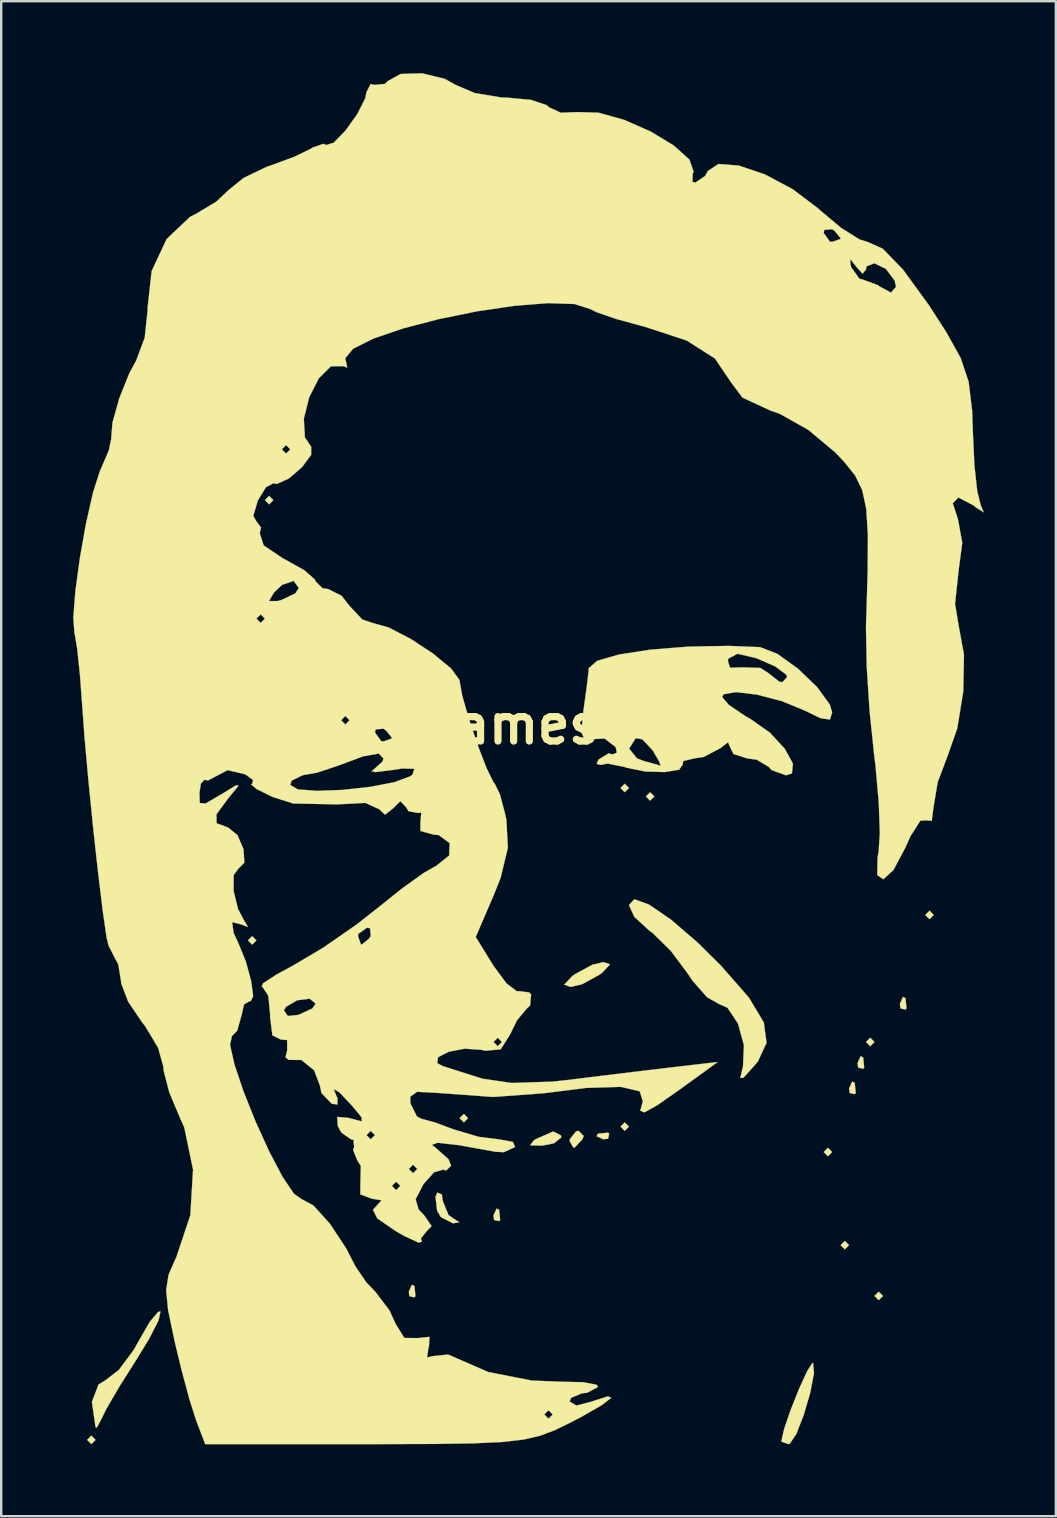
<source format=kicad_pcb>
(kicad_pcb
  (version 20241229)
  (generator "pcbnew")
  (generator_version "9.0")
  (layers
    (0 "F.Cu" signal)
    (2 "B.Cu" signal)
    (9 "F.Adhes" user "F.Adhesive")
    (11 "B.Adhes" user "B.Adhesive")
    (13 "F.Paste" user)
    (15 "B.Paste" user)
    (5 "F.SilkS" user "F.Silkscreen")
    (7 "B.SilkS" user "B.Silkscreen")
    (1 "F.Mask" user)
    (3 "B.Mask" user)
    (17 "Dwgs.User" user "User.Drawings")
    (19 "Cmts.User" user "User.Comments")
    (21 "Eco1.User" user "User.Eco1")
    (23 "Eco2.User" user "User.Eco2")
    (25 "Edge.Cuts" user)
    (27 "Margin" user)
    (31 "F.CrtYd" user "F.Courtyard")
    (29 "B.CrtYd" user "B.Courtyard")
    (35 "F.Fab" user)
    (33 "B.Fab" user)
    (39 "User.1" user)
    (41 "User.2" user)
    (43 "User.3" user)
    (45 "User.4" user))
  (footprint "james"
    (layer "F.Cu")
    (at 18.571 27.138)
    (property "Reference" "james" (at 0 0 0) (layer "F.SilkS") (effects (font (size 1.524 1.524) (thickness 0.3))))
    (attr through_hole)
    (fp_poly (pts (xy -17.639 29.81) (xy -17.815 29.986) (xy -17.992 29.81) (xy -17.815 29.633) (xy -17.639 29.81)) (stroke (width 0.01) (type solid)) (fill yes) (layer "F.SilkS"))
    (fp_poly (pts (xy -10.936 8.996) (xy -11.113 9.172) (xy -11.289 8.996) (xy -11.113 8.819) (xy -10.936 8.996)) (stroke (width 0.01) (type solid)) (fill yes) (layer "F.SilkS"))
    (fp_poly (pts (xy -10.231 -9.349) (xy -10.407 -9.172) (xy -10.583 -9.349) (xy -10.407 -9.525) (xy -10.231 -9.349)) (stroke (width 0.01) (type solid)) (fill yes) (layer "F.SilkS"))
    (fp_poly (pts (xy -2.117 16.404) (xy -2.293 16.581) (xy -2.469 16.404) (xy -2.293 16.228) (xy -2.117 16.404)) (stroke (width 0.01) (type solid)) (fill yes) (layer "F.SilkS"))
    (fp_poly (pts (xy 4.586 2.646) (xy 4.41 2.822) (xy 4.233 2.646) (xy 4.41 2.469) (xy 4.586 2.646)) (stroke (width 0.01) (type solid)) (fill yes) (layer "F.SilkS"))
    (fp_poly (pts (xy 4.586 16.757) (xy 4.41 16.933) (xy 4.233 16.757) (xy 4.41 16.581) (xy 4.586 16.757)) (stroke (width 0.01) (type solid)) (fill yes) (layer "F.SilkS"))
    (fp_poly (pts (xy 5.644 2.999) (xy 5.468 3.175) (xy 5.292 2.999) (xy 5.468 2.822) (xy 5.644 2.999)) (stroke (width 0.01) (type solid)) (fill yes) (layer "F.SilkS"))
    (fp_poly (pts (xy 13.053 17.815) (xy 12.876 17.992) (xy 12.7 17.815) (xy 12.876 17.639) (xy 13.053 17.815)) (stroke (width 0.01) (type solid)) (fill yes) (layer "F.SilkS"))
    (fp_poly (pts (xy 13.758 21.696) (xy 13.582 21.872) (xy 13.406 21.696) (xy 13.582 21.519) (xy 13.758 21.696)) (stroke (width 0.01) (type solid)) (fill yes) (layer "F.SilkS"))
    (fp_poly (pts (xy 14.817 13.229) (xy 14.64 13.406) (xy 14.464 13.229) (xy 14.64 13.053) (xy 14.817 13.229)) (stroke (width 0.01) (type solid)) (fill yes) (layer "F.SilkS"))
    (fp_poly (pts (xy 15.169 23.812) (xy 14.993 23.989) (xy 14.817 23.812) (xy 14.993 23.636) (xy 15.169 23.812)) (stroke (width 0.01) (type solid)) (fill yes) (layer "F.SilkS"))
    (fp_poly (pts (xy 17.286 7.938) (xy 17.11 8.114) (xy 16.933 7.938) (xy 17.11 7.761) (xy 17.286 7.938)) (stroke (width 0.01) (type solid)) (fill yes) (layer "F.SilkS"))
    (fp_poly (pts (xy -4.351 23.401) (xy -4.309 23.82) (xy -4.351 23.871) (xy -4.561 23.823) (xy -4.586 23.636) (xy -4.457 23.346) (xy -4.351 23.401)) (stroke (width 0.01) (type solid)) (fill yes) (layer "F.SilkS"))
    (fp_poly (pts (xy -0.823 20.226) (xy -0.781 20.645) (xy -0.823 20.696) (xy -1.033 20.648) (xy -1.058 20.461) (xy -0.929 20.171) (xy -0.823 20.226)) (stroke (width 0.01) (type solid)) (fill yes) (layer "F.SilkS"))
    (fp_poly (pts (xy 3.763 17.051) (xy 3.715 17.261) (xy 3.528 17.286) (xy 3.237 17.157) (xy 3.293 17.051) (xy 3.711 17.009) (xy 3.763 17.051)) (stroke (width 0.01) (type solid)) (fill yes) (layer "F.SilkS"))
    (fp_poly (pts (xy 13.994 14.934) (xy 14.036 15.353) (xy 13.994 15.405) (xy 13.784 15.356) (xy 13.758 15.169) (xy 13.887 14.879) (xy 13.994 14.934)) (stroke (width 0.01) (type solid)) (fill yes) (layer "F.SilkS"))
    (fp_poly (pts (xy 14.346 13.876) (xy 14.389 14.295) (xy 14.346 14.346) (xy 14.137 14.298) (xy 14.111 14.111) (xy 14.24 13.821) (xy 14.346 13.876)) (stroke (width 0.01) (type solid)) (fill yes) (layer "F.SilkS"))
    (fp_poly (pts (xy 16.11 11.406) (xy 16.152 11.825) (xy 16.11 11.877) (xy 15.9 11.828) (xy 15.875 11.642) (xy 16.004 11.351) (xy 16.11 11.406)) (stroke (width 0.01) (type solid)) (fill yes) (layer "F.SilkS"))
    (fp_poly (pts (xy 1.754 17.122) (xy 1.764 17.211) (xy 1.464 17.451) (xy 0.975 17.548) (xy 0.47 17.538) (xy 0.606 17.344) (xy 0.71 17.276) (xy 1.428 16.958) (xy 1.754 17.122)) (stroke (width 0.01) (type solid)) (fill yes) (layer "F.SilkS"))
    (fp_poly (pts (xy 2.701 17.149) (xy 2.646 17.286) (xy 2.329 17.623) (xy 2.272 17.639) (xy 2.121 17.366) (xy 2.117 17.286) (xy 2.388 16.947) (xy 2.49 16.933) (xy 2.701 17.149)) (stroke (width 0.01) (type solid)) (fill yes) (layer "F.SilkS"))
    (fp_poly (pts (xy -3.207 19.586) (xy -3.175 19.844) (xy -2.934 20.438) (xy -2.734 20.58) (xy -2.483 20.74) (xy -2.745 20.786) (xy -3.249 20.529) (xy -3.406 20.27) (xy -3.475 19.678) (xy -3.395 19.505) (xy -3.207 19.586)) (stroke (width 0.01) (type solid)) (fill yes) (layer "F.SilkS"))
    (fp_poly (pts (xy 3.797 9.996) (xy 3.478 10.337) (xy 3.372 10.418) (xy 2.624 10.828) (xy 2.158 10.936) (xy 1.889 10.841) (xy 2.208 10.5) (xy 2.314 10.418) (xy 3.062 10.009) (xy 3.528 9.9) (xy 3.797 9.996)) (stroke (width 0.01) (type solid)) (fill yes) (layer "F.SilkS"))
    (fp_poly (pts (xy 12.259 26.605) (xy 12.296 27.038) (xy 12.14 27.847) (xy 11.868 28.777) (xy 11.557 29.571) (xy 11.283 29.975) (xy 11.243 29.986) (xy 10.939 29.887) (xy 10.936 29.873) (xy 11.05 29.36) (xy 11.329 28.549) (xy 11.68 27.667) (xy 12.013 26.943) (xy 12.233 26.604) (xy 12.259 26.605)) (stroke (width 0.01) (type solid)) (fill yes) (layer "F.SilkS"))
    (fp_poly (pts (xy -15.014 24.827) (xy -15.408 25.6) (xy -15.973 26.523) (xy -16.648 27.592) (xy -17.168 28.48) (xy -17.391 28.928) (xy -17.584 29.296) (xy -17.64 29.281) (xy -17.791 28.226) (xy -17.515 27.503) (xy -17.221 27.32) (xy -16.669 26.893) (xy -16.054 26.068) (xy -15.844 25.693) (xy -15.379 24.888) (xy -15.026 24.472) (xy -14.934 24.46) (xy -15.014 24.827)) (stroke (width 0.01) (type solid)) (fill yes) (layer "F.SilkS"))
    (fp_poly (pts (xy 5.422 7.504) (xy 6.336 8.129) (xy 7.462 9.1) (xy 8.42 10.049) (xy 9.585 11.38) (xy 10.206 12.416) (xy 10.32 13.265) (xy 9.963 14.033) (xy 9.826 14.201) (xy 9.35 14.725) (xy 9.226 14.724) (xy 9.339 14.246) (xy 9.377 13.36) (xy 9.128 12.458) (xy 8.695 11.807) (xy 8.328 11.642) (xy 7.838 11.364) (xy 7.232 10.672) (xy 7.044 10.389) (xy 6.333 9.436) (xy 5.565 8.683) (xy 5.428 8.584) (xy 4.811 8.017) (xy 4.586 7.524) (xy 4.81 7.283) (xy 5.422 7.504)) (stroke (width 0.01) (type solid)) (fill yes) (layer "F.SilkS"))
    (fp_poly (pts (xy 10.054 -3.222) (xy 10.766 -2.945) (xy 11.63 -2.324) (xy 12.432 -1.553) (xy 12.958 -0.825) (xy 13.053 -0.502) (xy 12.961 -0.206) (xy 12.574 -0.26) (xy 11.906 -0.583) (xy 10.956 -0.974) (xy 9.935 -1.241) (xy 9.056 -1.348) (xy 8.531 -1.261) (xy 8.467 -1.148) (xy 8.747 -0.816) (xy 9.444 -0.344) (xy 9.66 -0.223) (xy 10.461 0.343) (xy 11.08 1.013) (xy 11.418 1.629) (xy 11.378 2.037) (xy 11.126 2.117) (xy 10.528 1.899) (xy 10.407 1.764) (xy 9.909 1.468) (xy 9.504 1.411) (xy 8.943 1.229) (xy 8.819 0.988) (xy 8.715 0.742) (xy 8.396 0.988) (xy 7.692 1.357) (xy 7.317 1.411) (xy 6.85 1.524) (xy 6.824 1.676) (xy 6.677 1.885) (xy 6.077 1.983) (xy 5.269 1.959) (xy 4.498 1.804) (xy 4.41 1.772) (xy 3.702 1.629) (xy 3.385 1.686) (xy 3.238 1.635) (xy 3.321 1.46) (xy 3.741 1.202) (xy 3.901 1.247) (xy 4.084 1.175) (xy 4.045 1.005) (xy 4.593 1.005) (xy 4.921 1.413) (xy 5.203 1.521) (xy 5.772 1.677) (xy 5.912 1.723) (xy 5.826 1.505) (xy 5.577 1.081) (xy 5.141 0.616) (xy 4.868 0.573) (xy 4.593 1.005) (xy 4.045 1.005) (xy 4.03 0.939) (xy 3.572 0.587) (xy 3.163 0.606) (xy 2.742 0.64) (xy 2.603 0.325) (xy 2.68 -0.504) (xy 2.691 -0.579) (xy 2.827 -1.565) (xy 2.909 -2.268) (xy 2.915 -2.35) (xy 3.262 -2.653) (xy 3.332 -2.673) (xy 8.702 -2.673) (xy 8.8 -2.363) (xy 9.339 -2.381) (xy 10.062 -2.356) (xy 10.386 -2.15) (xy 10.848 -1.785) (xy 10.978 -1.764) (xy 11.179 -1.976) (xy 11.134 -2.082) (xy 10.687 -2.415) (xy 9.906 -2.76) (xy 9.11 -2.946) (xy 8.739 -2.751) (xy 8.702 -2.673) (xy 3.332 -2.673) (xy 4.167 -2.915) (xy 5.481 -3.118) (xy 7.058 -3.244) (xy 8.749 -3.275) (xy 10.054 -3.222)) (stroke (width 0.01) (type solid)) (fill yes) (layer "F.SilkS"))
    (fp_poly (pts (xy -3.098 -26.906) (xy -2.625 -26.646) (xy -1.839 -26.311) (xy -0.744 -26.128) (xy -0.462 -26.117) (xy 0.513 -26.024) (xy 1.161 -25.807) (xy 1.257 -25.717) (xy 1.742 -25.492) (xy 2.439 -25.517) (xy 3.315 -25.493) (xy 4.39 -25.193) (xy 5.492 -24.707) (xy 6.454 -24.125) (xy 7.107 -23.536) (xy 7.281 -23.032) (xy 7.246 -22.954) (xy 7.232 -22.611) (xy 7.35 -22.578) (xy 7.761 -22.857) (xy 7.871 -23.06) (xy 8.317 -23.354) (xy 9.165 -23.289) (xy 10.25 -22.921) (xy 11.404 -22.308) (xy 12.463 -21.508) (xy 12.542 -21.434) (xy 13.427 -20.692) (xy 14.195 -20.211) (xy 14.521 -20.111) (xy 15.159 -19.826) (xy 16.005 -18.956) (xy 17.082 -17.476) (xy 17.815 -16.338) (xy 18.409 -15.271) (xy 18.74 -14.281) (xy 18.887 -13.066) (xy 18.92 -12.117) (xy 18.981 -10.798) (xy 19.098 -9.728) (xy 19.246 -9.13) (xy 19.252 -9.118) (xy 19.37 -8.839) (xy 19.056 -9.036) (xy 18.933 -9.134) (xy 18.315 -9.457) (xy 18.079 -9.221) (xy 18.293 -8.563) (xy 18.475 -7.57) (xy 18.324 -6.433) (xy 18.174 -5.027) (xy 18.328 -4.099) (xy 18.547 -2.903) (xy 18.517 -1.376) (xy 18.267 0.162) (xy 17.856 1.332) (xy 17.453 2.398) (xy 17.281 3.419) (xy 17.281 3.422) (xy 17.204 4.011) (xy 17.016 4.002) (xy 17.01 3.993) (xy 16.729 4.008) (xy 16.319 4.649) (xy 16.099 5.139) (xy 15.608 6.066) (xy 15.186 6.449) (xy 14.933 6.275) (xy 14.946 5.528) (xy 14.989 5.311) (xy 15.041 4.523) (xy 14.996 3.265) (xy 14.864 1.763) (xy 14.796 1.199) (xy 14.612 -0.576) (xy 14.494 -2.424) (xy 14.463 -3.992) (xy 14.468 -4.233) (xy 14.533 -6.345) (xy 14.543 -7.884) (xy 14.476 -8.98) (xy 14.307 -9.766) (xy 14.012 -10.372) (xy 13.568 -10.931) (xy 13.171 -11.348) (xy 12.061 -12.275) (xy 10.88 -12.941) (xy 10.489 -13.078) (xy 9.315 -13.622) (xy 8.82 -14.287) (xy 8.169 -15.25) (xy 6.989 -16) (xy 5.197 -16.589) (xy 5.115 -16.608) (xy 4.034 -16.903) (xy 3.231 -17.183) (xy 2.999 -17.302) (xy 2.321 -17.519) (xy 1.213 -17.557) (xy -0.191 -17.445) (xy -1.756 -17.213) (xy -3.345 -16.89) (xy -4.823 -16.503) (xy -6.055 -16.083) (xy -6.905 -15.659) (xy -7.238 -15.258) (xy -7.203 -15.122) (xy -7.153 -14.869) (xy -7.307 -14.93) (xy -7.832 -14.926) (xy -8.337 -14.424) (xy -8.741 -13.626) (xy -8.961 -12.737) (xy -8.916 -11.962) (xy -8.654 -11.573) (xy -8.656 -11.232) (xy -9.038 -10.721) (xy -9.585 -10.249) (xy -10.084 -10.023) (xy -10.225 -10.05) (xy -10.536 -9.891) (xy -10.877 -9.338) (xy -11.068 -8.691) (xy -10.94 -8.467) (xy -10.746 -8.21) (xy -10.797 -7.967) (xy -10.634 -7.46) (xy -9.808 -6.907) (xy -9.728 -6.868) (xy -8.927 -6.417) (xy -8.493 -6.033) (xy -8.467 -5.957) (xy -8.181 -5.678) (xy -7.95 -5.644) (xy -7.388 -5.364) (xy -7.056 -4.939) (xy -6.528 -4.376) (xy -6.11 -4.233) (xy -5.43 -4.044) (xy -4.514 -3.57) (xy -3.575 -2.953) (xy -2.825 -2.334) (xy -2.475 -1.854) (xy -2.47 -1.811) (xy -2.359 -1.194) (xy -2.08 -0.224) (xy -1.716 0.859) (xy -1.349 1.814) (xy -1.062 2.401) (xy -1.003 2.47) (xy -0.793 2.903) (xy -0.567 3.749) (xy -0.521 3.976) (xy -0.459 5.137) (xy -0.762 6.393) (xy -1.035 7.08) (xy -1.799 8.856) (xy -1.046 10.074) (xy -0.512 10.793) (xy -0.085 11.118) (xy 0.006 11.109) (xy 0.434 11.166) (xy 0.511 11.259) (xy 0.465 11.714) (xy 0.337 11.828) (xy -0.072 12.316) (xy -0.369 12.919) (xy -0.758 13.535) (xy -1.393 13.595) (xy -1.556 13.558) (xy -2.256 13.508) (xy -2.921 13.636) (xy -3.366 13.863) (xy -3.405 14.111) (xy -3.175 14.233) (xy -2.476 14.456) (xy -1.531 14.756) (xy -1.521 14.76) (xy -0.299 14.937) (xy 1.403 14.882) (xy 2.007 14.816) (xy 3.621 14.617) (xy 5.298 14.414) (xy 6.347 14.29) (xy 8.285 14.064) (xy 6.791 15.146) (xy 5.78 15.857) (xy 5.233 16.163) (xy 5.059 16.097) (xy 5.164 15.699) (xy 5.034 15.285) (xy 4.246 15.1) (xy 2.811 15.143) (xy 1.058 15.364) (xy -1.072 15.521) (xy -3.441 15.348) (xy -4.244 15.306) (xy -4.529 15.511) (xy -4.516 15.8) (xy -4.247 16.333) (xy -4.052 16.434) (xy -3.499 16.581) (xy -2.711 16.875) (xy -1.671 17.182) (xy -0.838 17.286) (xy -0.253 17.391) (xy -0.156 17.606) (xy -0.624 17.821) (xy -0.97 17.805) (xy -2.515 17.527) (xy -3.394 17.43) (xy -3.624 17.515) (xy -3.44 17.662) (xy -2.931 18.118) (xy -2.822 18.383) (xy -3.034 18.589) (xy -3.136 18.545) (xy -3.533 18.657) (xy -3.972 19.146) (xy -4.303 19.782) (xy -4.176 20.214) (xy -3.952 20.446) (xy -3.635 20.902) (xy -3.824 21.089) (xy -4.083 21.415) (xy -4.038 21.55) (xy -4.177 21.592) (xy -4.758 21.322) (xy -5.121 21.117) (xy -5.901 20.581) (xy -6.081 20.22) (xy -5.936 20.063) (xy -5.718 19.827) (xy -6.127 19.761) (xy -6.608 19.578) (xy -6.603 19.226) (xy -5.292 19.226) (xy -5.115 19.403) (xy -4.939 19.226) (xy -5.115 19.05) (xy -5.292 19.226) (xy -6.603 19.226) (xy -6.601 19.05) (xy -6.59 18.521) (xy -4.586 18.521) (xy -4.41 18.697) (xy -4.233 18.521) (xy -4.41 18.344) (xy -4.586 18.521) (xy -6.59 18.521) (xy -6.587 18.393) (xy -6.742 18.144) (xy -6.91 17.721) (xy -6.864 17.615) (xy -6.894 17.306) (xy -6.997 17.286) (xy -7.248 17.11) (xy -6.35 17.11) (xy -6.174 17.286) (xy -5.997 17.11) (xy -6.174 16.933) (xy -6.35 17.11) (xy -7.248 17.11) (xy -7.398 17.004) (xy -7.545 16.734) (xy -7.57 16.352) (xy -7.1 16.391) (xy -7.03 16.412) (xy -6.541 16.54) (xy -6.56 16.362) (xy -6.934 15.906) (xy -7.479 15.329) (xy -7.721 15.189) (xy -7.58 15.53) (xy -7.556 15.568) (xy -7.559 15.837) (xy -7.8 15.802) (xy -8.228 15.355) (xy -8.293 15.036) (xy -8.534 14.407) (xy -9.063 13.979) (xy -9.592 13.976) (xy -9.727 13.868) (xy -9.654 13.586) (xy -9.656 13.229) (xy -1.058 13.229) (xy -0.882 13.406) (xy -0.706 13.229) (xy -0.882 13.053) (xy -1.058 13.229) (xy -9.656 13.229) (xy -9.656 13.151) (xy -9.923 13.127) (xy -10.272 12.953) (xy -10.367 12.183) (xy -10.365 12.083) (xy -10.382 11.909) (xy -9.791 11.909) (xy -9.629 12.147) (xy -9.192 12.102) (xy -8.61 11.836) (xy -8.467 11.632) (xy -8.717 11.425) (xy -9.243 11.494) (xy -9.703 11.765) (xy -9.791 11.909) (xy -10.382 11.909) (xy -10.442 11.299) (xy -10.687 10.931) (xy -10.717 10.927) (xy -10.657 10.782) (xy -10.093 10.415) (xy -9.393 10.035) (xy -8.156 9.302) (xy -7.46 8.819) (xy -6.703 8.819) (xy -6.582 9.163) (xy -6.547 9.172) (xy -6.246 8.925) (xy -6.174 8.819) (xy -6.202 8.494) (xy -6.329 8.467) (xy -6.688 8.723) (xy -6.703 8.819) (xy -7.46 8.819) (xy -6.766 8.338) (xy -5.865 7.63) (xy -4.843 6.814) (xy -3.958 6.181) (xy -3.44 5.888) (xy -2.907 5.463) (xy -2.883 4.943) (xy -3.341 4.609) (xy -3.566 4.586) (xy -4.104 4.436) (xy -4.099 4.039) (xy -4.067 3.67) (xy -4.207 3.688) (xy -4.599 3.612) (xy -4.706 3.442) (xy -4.939 3.193) (xy -5.221 3.477) (xy -5.576 3.761) (xy -5.818 3.532) (xy -6.395 3.268) (xy -7.559 3.329) (xy -9.4 3.293) (xy -10.251 3.024) (xy -10.936 2.687) (xy -11.125 2.52) (xy -9.525 2.52) (xy -9.214 2.704) (xy -8.418 2.766) (xy -7.344 2.726) (xy -6.2 2.6) (xy -5.193 2.406) (xy -4.531 2.162) (xy -4.435 2.087) (xy -4.357 1.848) (xy -4.851 1.834) (xy -5.292 1.899) (xy -5.976 1.986) (xy -6.148 1.942) (xy -6.085 1.907) (xy -5.679 1.541) (xy -5.644 1.413) (xy -5.842 1.211) (xy -6.492 1.328) (xy -7.519 1.71) (xy -8.4 2.005) (xy -9.019 2.117) (xy -9.473 2.343) (xy -9.525 2.52) (xy -11.125 2.52) (xy -11.16 2.49) (xy -11.113 2.473) (xy -11.076 2.315) (xy -11.396 2.078) (xy -12.134 1.902) (xy -12.486 2.086) (xy -12.957 2.333) (xy -13.099 2.305) (xy -13.249 2.46) (xy -13.309 2.831) (xy -13.3 3.273) (xy -13.055 3.293) (xy -12.413 2.918) (xy -11.781 2.532) (xy -11.679 2.547) (xy -12.039 2.99) (xy -12.083 3.04) (xy -12.601 3.741) (xy -12.596 4.114) (xy -12.112 4.296) (xy -11.724 4.612) (xy -11.474 5.198) (xy -11.439 5.758) (xy -11.679 5.997) (xy -11.886 6.282) (xy -11.886 6.942) (xy -11.704 7.688) (xy -11.491 8.093) (xy -11.292 8.437) (xy -11.553 8.337) (xy -11.946 8.235) (xy -11.892 8.671) (xy -11.69 9.107) (xy -11.377 9.876) (xy -11.156 10.688) (xy -11.072 11.315) (xy -11.173 11.533) (xy -11.202 11.519) (xy -11.452 11.664) (xy -11.553 12.102) (xy -11.738 12.761) (xy -11.955 12.981) (xy -12.036 13.344) (xy -11.852 14.167) (xy -11.474 15.291) (xy -10.969 16.552) (xy -10.405 17.79) (xy -9.852 18.843) (xy -9.376 19.549) (xy -9.09 19.756) (xy -8.558 20.046) (xy -7.877 20.8) (xy -7.193 21.835) (xy -6.813 22.578) (xy -6.359 23.245) (xy -5.984 23.636) (xy -5.394 24.41) (xy -5.137 24.974) (xy -4.774 25.562) (xy -4.207 25.568) (xy -3.725 25.516) (xy -3.747 25.912) (xy -3.766 25.964) (xy -3.828 26.381) (xy -3.588 26.319) (xy -2.953 26.253) (xy -2.734 26.346) (xy -1.281 26.981) (xy 0.529 27.337) (xy 1.726 27.385) (xy 2.684 27.407) (xy 3.238 27.512) (xy 3.297 27.605) (xy 2.843 27.847) (xy 2.625 27.869) (xy 2.169 28.062) (xy 2.117 28.213) (xy 2.396 28.38) (xy 2.999 28.222) (xy 3.712 27.995) (xy 3.848 28.057) (xy 3.452 28.364) (xy 2.567 28.871) (xy 2.128 29.098) (xy 1.489 29.408) (xy 0.888 29.635) (xy 0.208 29.794) (xy -0.672 29.896) (xy -1.869 29.953) (xy -3.504 29.979) (xy -5.695 29.986) (xy -6.347 29.986) (xy -13.07 29.986) (xy -13.442 29.016) (xy -13.526 28.751) (xy 1.058 28.751) (xy 1.235 28.928) (xy 1.411 28.751) (xy 1.235 28.575) (xy 1.058 28.751) (xy -13.526 28.751) (xy -13.714 28.164) (xy -14.053 26.912) (xy -14.344 25.704) (xy -14.615 24.412) (xy -14.699 23.563) (xy -14.594 22.918) (xy -14.295 22.239) (xy -14.276 22.203) (xy -13.69 20.448) (xy -13.577 18.547) (xy -13.944 16.787) (xy -14.133 16.361) (xy -14.569 15.326) (xy -14.804 14.417) (xy -14.817 14.24) (xy -15.037 13.463) (xy -15.58 12.559) (xy -15.699 12.412) (xy -16.278 11.554) (xy -16.572 10.788) (xy -16.581 10.679) (xy -16.695 9.988) (xy -16.826 9.75) (xy -17.096 9.217) (xy -17.176 8.897) (xy -17.339 7.773) (xy -17.535 6.162) (xy -17.742 4.279) (xy -17.936 2.34) (xy -18.096 0.562) (xy -18.113 0.332) (xy -5.997 0.332) (xy -5.741 0.691) (xy -5.644 0.706) (xy -5.301 0.585) (xy -5.292 0.55) (xy -5.539 0.249) (xy -5.644 0.176) (xy -5.97 0.204) (xy -5.997 0.332) (xy -18.113 0.332) (xy -18.15 -0.176) (xy -7.408 -0.176) (xy -7.232 0) (xy -7.056 -0.176) (xy -7.232 -0.353) (xy -7.408 -0.176) (xy -18.15 -0.176) (xy -18.189 -0.706) (xy -18.289 -2.05) (xy -18.403 -3.144) (xy -18.508 -3.774) (xy -18.519 -3.809) (xy -18.563 -4.41) (xy -10.936 -4.41) (xy -10.76 -4.233) (xy -10.583 -4.41) (xy -10.76 -4.586) (xy -10.936 -4.41) (xy -18.563 -4.41) (xy -18.566 -4.457) (xy -18.512 -5.143) (xy -10.414 -5.143) (xy -10.06 -5.144) (xy -9.898 -5.184) (xy -9.315 -5.463) (xy -9.172 -5.686) (xy -9.382 -5.984) (xy -9.864 -5.819) (xy -10.208 -5.496) (xy -10.414 -5.143) (xy -18.512 -5.143) (xy -18.478 -5.578) (xy -18.289 -6.96) (xy -18.034 -8.391) (xy -17.746 -9.66) (xy -17.461 -10.554) (xy -17.412 -10.661) (xy -17.085 -11.425) (xy -17.077 -11.465) (xy -9.878 -11.465) (xy -9.701 -11.289) (xy -9.525 -11.465) (xy -9.701 -11.642) (xy -9.878 -11.465) (xy -17.077 -11.465) (xy -16.988 -11.896) (xy -16.935 -12.578) (xy -16.651 -13.59) (xy -16.233 -14.633) (xy -15.945 -15.166) (xy -15.59 -16.124) (xy -15.468 -17.269) (xy -15.472 -17.362) (xy -15.301 -18.897) (xy -15.065 -19.4) (xy 13.8 -19.4) (xy 13.82 -19.16) (xy 13.849 -19.05) (xy 14.185 -18.58) (xy 14.376 -18.521) (xy 14.97 -18.303) (xy 15.022 -18.256) (xy 15.503 -17.995) (xy 15.715 -18.234) (xy 15.66 -18.494) (xy 15.292 -18.986) (xy 14.813 -19.218) (xy 14.488 -19.092) (xy 14.458 -18.951) (xy 14.321 -18.785) (xy 14.079 -19.05) (xy 13.8 -19.4) (xy -15.065 -19.4) (xy -14.675 -20.231) (xy -14.41 -20.482) (xy 12.7 -20.482) (xy 12.956 -20.123) (xy 13.053 -20.108) (xy 13.396 -20.229) (xy 13.406 -20.264) (xy 13.158 -20.565) (xy 13.053 -20.637) (xy 12.728 -20.61) (xy 12.7 -20.482) (xy -14.41 -20.482) (xy -13.705 -21.149) (xy -13.477 -21.265) (xy -12.616 -21.779) (xy -12.082 -22.281) (xy -11.465 -22.777) (xy -10.512 -23.235) (xy -10.318 -23.302) (xy -9.364 -23.653) (xy -8.689 -23.978) (xy -8.611 -24.032) (xy -8.147 -24.196) (xy -8.033 -24.144) (xy -7.717 -24.241) (xy -7.229 -24.742) (xy -6.737 -25.43) (xy -6.404 -26.087) (xy -6.35 -26.35) (xy -6.178 -26.685) (xy -6.022 -26.65) (xy -5.569 -26.694) (xy -5.472 -26.805) (xy -4.927 -27.105) (xy -4.036 -27.133) (xy -3.098 -26.906)) (stroke (width 0.01) (type solid)) (fill yes) (layer "F.SilkS")))
  (gr_rect
    (start -3 -3)
    (end 40.946 60.129)
    (stroke (width 0.1) (type default))
    (fill no)
    (layer "Edge.Cuts")))
</source>
